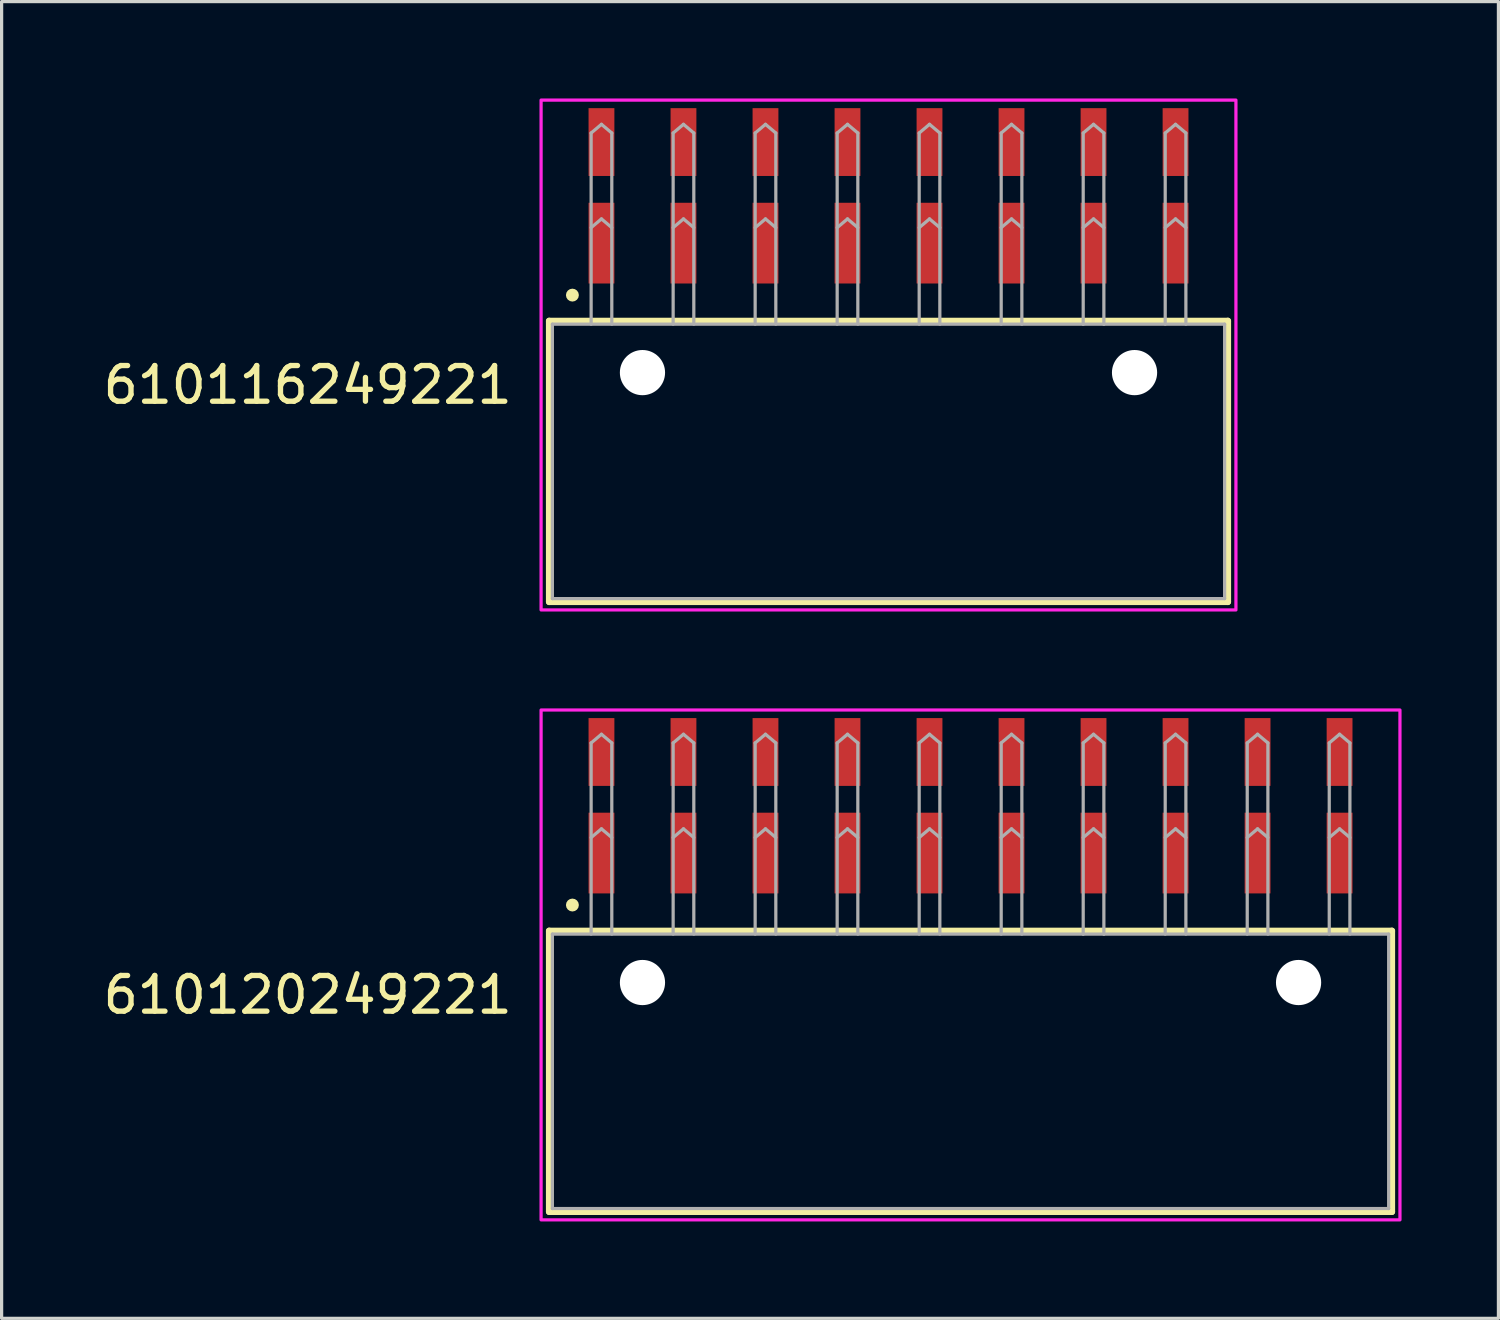
<source format=kicad_pcb>
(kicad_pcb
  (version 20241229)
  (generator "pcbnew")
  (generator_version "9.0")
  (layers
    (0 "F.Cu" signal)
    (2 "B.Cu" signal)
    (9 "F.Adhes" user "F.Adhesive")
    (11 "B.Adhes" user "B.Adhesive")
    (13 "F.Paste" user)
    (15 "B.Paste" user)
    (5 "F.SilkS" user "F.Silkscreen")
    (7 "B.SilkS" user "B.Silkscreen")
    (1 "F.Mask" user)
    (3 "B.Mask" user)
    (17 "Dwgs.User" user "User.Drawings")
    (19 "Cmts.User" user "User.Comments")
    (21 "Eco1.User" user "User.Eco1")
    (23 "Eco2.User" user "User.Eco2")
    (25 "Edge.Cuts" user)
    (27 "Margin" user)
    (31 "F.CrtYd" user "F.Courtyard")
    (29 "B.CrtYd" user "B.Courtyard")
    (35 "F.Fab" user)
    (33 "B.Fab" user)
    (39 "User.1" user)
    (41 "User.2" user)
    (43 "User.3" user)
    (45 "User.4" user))
  (footprint "610120249221"
    (layer "F.Cu")
    (at 27.008 30.13)
    (property "Reference" "610120249221" (at -14.106 -1.72 0) (unlocked yes) (layer "F.SilkS") (effects (font (size 1.105 1.105) (thickness 0.165)) (justify right bottom)))
    (fp_line (start -13.05 -4.35) (end 13.05 -4.35) (stroke (width 0.2) (type solid)) (layer "F.SilkS"))
    (fp_line (start -13.05 4.35) (end -13.05 -4.35) (stroke (width 0.2) (type solid)) (layer "F.SilkS"))
    (fp_line (start 13.05 -4.35) (end 13.05 4.35) (stroke (width 0.2) (type solid)) (layer "F.SilkS"))
    (fp_line (start 13.05 4.35) (end -13.05 4.35) (stroke (width 0.2) (type solid)) (layer "F.SilkS"))
    (fp_circle (center -12.33 -5.15) (end -12.23 -5.15) (stroke (width 0.2) (type solid)) (fill no) (layer "F.SilkS"))
    (fp_poly (pts (xy 13.3 4.6) (xy -13.3 4.6) (xy -13.3 -11.19) (xy 13.3 -11.19)) (stroke (width 0.1) (type default)) (fill no) (layer "F.CrtYd"))
    (fp_line (start -12.95 -4.25) (end -12.95 4.25) (stroke (width 0.1) (type solid)) (layer "F.Fab"))
    (fp_line (start -11.75 -10.17) (end -11.75 -4.25) (stroke (width 0.1) (type solid)) (layer "F.Fab"))
    (fp_line (start -11.75 -10.17) (end -11.43 -10.44) (stroke (width 0.1) (type solid)) (layer "F.Fab"))
    (fp_line (start -11.75 -7.24) (end -11.43 -7.51) (stroke (width 0.1) (type solid)) (layer "F.Fab"))
    (fp_line (start -11.43 -10.44) (end -11.11 -10.17) (stroke (width 0.1) (type solid)) (layer "F.Fab"))
    (fp_line (start -11.43 -7.51) (end -11.11 -7.24) (stroke (width 0.1) (type solid)) (layer "F.Fab"))
    (fp_line (start -11.11 -10.17) (end -11.11 -4.25) (stroke (width 0.1) (type solid)) (layer "F.Fab"))
    (fp_line (start -9.21 -10.17) (end -9.21 -4.25) (stroke (width 0.1) (type solid)) (layer "F.Fab"))
    (fp_line (start -9.21 -10.17) (end -8.89 -10.44) (stroke (width 0.1) (type solid)) (layer "F.Fab"))
    (fp_line (start -9.21 -7.24) (end -8.89 -7.51) (stroke (width 0.1) (type solid)) (layer "F.Fab"))
    (fp_line (start -8.89 -10.44) (end -8.57 -10.17) (stroke (width 0.1) (type solid)) (layer "F.Fab"))
    (fp_line (start -8.89 -7.51) (end -8.57 -7.24) (stroke (width 0.1) (type solid)) (layer "F.Fab"))
    (fp_line (start -8.57 -10.17) (end -8.57 -4.25) (stroke (width 0.1) (type solid)) (layer "F.Fab"))
    (fp_line (start -6.67 -10.17) (end -6.67 -4.25) (stroke (width 0.1) (type solid)) (layer "F.Fab"))
    (fp_line (start -6.67 -10.17) (end -6.35 -10.44) (stroke (width 0.1) (type solid)) (layer "F.Fab"))
    (fp_line (start -6.67 -7.24) (end -6.35 -7.51) (stroke (width 0.1) (type solid)) (layer "F.Fab"))
    (fp_line (start -6.35 -10.44) (end -6.03 -10.17) (stroke (width 0.1) (type solid)) (layer "F.Fab"))
    (fp_line (start -6.35 -7.51) (end -6.03 -7.24) (stroke (width 0.1) (type solid)) (layer "F.Fab"))
    (fp_line (start -6.03 -10.17) (end -6.03 -4.25) (stroke (width 0.1) (type solid)) (layer "F.Fab"))
    (fp_line (start -4.13 -10.17) (end -4.13 -4.25) (stroke (width 0.1) (type solid)) (layer "F.Fab"))
    (fp_line (start -4.13 -10.17) (end -3.81 -10.44) (stroke (width 0.1) (type solid)) (layer "F.Fab"))
    (fp_line (start -4.13 -7.24) (end -3.81 -7.51) (stroke (width 0.1) (type solid)) (layer "F.Fab"))
    (fp_line (start -3.81 -10.44) (end -3.49 -10.17) (stroke (width 0.1) (type solid)) (layer "F.Fab"))
    (fp_line (start -3.81 -7.51) (end -3.49 -7.24) (stroke (width 0.1) (type solid)) (layer "F.Fab"))
    (fp_line (start -3.49 -10.17) (end -3.49 -4.25) (stroke (width 0.1) (type solid)) (layer "F.Fab"))
    (fp_line (start -1.59 -10.17) (end -1.59 -4.25) (stroke (width 0.1) (type solid)) (layer "F.Fab"))
    (fp_line (start -1.59 -10.17) (end -1.27 -10.44) (stroke (width 0.1) (type solid)) (layer "F.Fab"))
    (fp_line (start -1.59 -7.24) (end -1.27 -7.51) (stroke (width 0.1) (type solid)) (layer "F.Fab"))
    (fp_line (start -1.27 -10.44) (end -0.95 -10.17) (stroke (width 0.1) (type solid)) (layer "F.Fab"))
    (fp_line (start -1.27 -7.51) (end -0.95 -7.24) (stroke (width 0.1) (type solid)) (layer "F.Fab"))
    (fp_line (start -0.95 -10.17) (end -0.95 -4.25) (stroke (width 0.1) (type solid)) (layer "F.Fab"))
    (fp_line (start 0.95 -10.17) (end 0.95 -4.25) (stroke (width 0.1) (type solid)) (layer "F.Fab"))
    (fp_line (start 0.95 -10.17) (end 1.27 -10.44) (stroke (width 0.1) (type solid)) (layer "F.Fab"))
    (fp_line (start 0.95 -7.24) (end 1.27 -7.51) (stroke (width 0.1) (type solid)) (layer "F.Fab"))
    (fp_line (start 1.27 -10.44) (end 1.59 -10.17) (stroke (width 0.1) (type solid)) (layer "F.Fab"))
    (fp_line (start 1.27 -7.51) (end 1.59 -7.24) (stroke (width 0.1) (type solid)) (layer "F.Fab"))
    (fp_line (start 1.59 -10.17) (end 1.59 -4.25) (stroke (width 0.1) (type solid)) (layer "F.Fab"))
    (fp_line (start 3.49 -10.17) (end 3.49 -4.25) (stroke (width 0.1) (type solid)) (layer "F.Fab"))
    (fp_line (start 3.49 -10.17) (end 3.81 -10.44) (stroke (width 0.1) (type solid)) (layer "F.Fab"))
    (fp_line (start 3.49 -7.24) (end 3.81 -7.51) (stroke (width 0.1) (type solid)) (layer "F.Fab"))
    (fp_line (start 3.49 -4.25) (end -12.95 -4.25) (stroke (width 0.1) (type solid)) (layer "F.Fab"))
    (fp_line (start 3.81 -10.44) (end 4.13 -10.17) (stroke (width 0.1) (type solid)) (layer "F.Fab"))
    (fp_line (start 3.81 -7.51) (end 4.13 -7.24) (stroke (width 0.1) (type solid)) (layer "F.Fab"))
    (fp_line (start 4.13 -10.17) (end 4.13 -4.25) (stroke (width 0.1) (type solid)) (layer "F.Fab"))
    (fp_line (start 4.13 -4.25) (end 3.49 -4.25) (stroke (width 0.1) (type solid)) (layer "F.Fab"))
    (fp_line (start 6.03 -10.17) (end 6.03 -4.25) (stroke (width 0.1) (type solid)) (layer "F.Fab"))
    (fp_line (start 6.03 -10.17) (end 6.35 -10.44) (stroke (width 0.1) (type solid)) (layer "F.Fab"))
    (fp_line (start 6.03 -7.24) (end 6.35 -7.51) (stroke (width 0.1) (type solid)) (layer "F.Fab"))
    (fp_line (start 6.35 -10.44) (end 6.67 -10.17) (stroke (width 0.1) (type solid)) (layer "F.Fab"))
    (fp_line (start 6.35 -7.51) (end 6.67 -7.24) (stroke (width 0.1) (type solid)) (layer "F.Fab"))
    (fp_line (start 6.67 -10.17) (end 6.67 -4.25) (stroke (width 0.1) (type solid)) (layer "F.Fab"))
    (fp_line (start 8.57 -10.17) (end 8.57 -4.25) (stroke (width 0.1) (type solid)) (layer "F.Fab"))
    (fp_line (start 8.57 -10.17) (end 8.89 -10.44) (stroke (width 0.1) (type solid)) (layer "F.Fab"))
    (fp_line (start 8.57 -7.24) (end 8.89 -7.51) (stroke (width 0.1) (type solid)) (layer "F.Fab"))
    (fp_line (start 8.89 -10.44) (end 9.21 -10.17) (stroke (width 0.1) (type solid)) (layer "F.Fab"))
    (fp_line (start 8.89 -7.51) (end 9.21 -7.24) (stroke (width 0.1) (type solid)) (layer "F.Fab"))
    (fp_line (start 9.21 -10.17) (end 9.21 -4.25) (stroke (width 0.1) (type solid)) (layer "F.Fab"))
    (fp_line (start 11.11 -10.17) (end 11.11 -4.25) (stroke (width 0.1) (type solid)) (layer "F.Fab"))
    (fp_line (start 11.11 -10.17) (end 11.43 -10.44) (stroke (width 0.1) (type solid)) (layer "F.Fab"))
    (fp_line (start 11.11 -7.24) (end 11.43 -7.51) (stroke (width 0.1) (type solid)) (layer "F.Fab"))
    (fp_line (start 11.43 -10.44) (end 11.75 -10.17) (stroke (width 0.1) (type solid)) (layer "F.Fab"))
    (fp_line (start 11.43 -7.51) (end 11.75 -7.24) (stroke (width 0.1) (type solid)) (layer "F.Fab"))
    (fp_line (start 11.75 -10.17) (end 11.75 -4.25) (stroke (width 0.1) (type solid)) (layer "F.Fab"))
    (fp_line (start 12.95 -4.25) (end 4.13 -4.25) (stroke (width 0.1) (type solid)) (layer "F.Fab"))
    (fp_line (start 12.95 -4.25) (end 12.95 4.25) (stroke (width 0.1) (type solid)) (layer "F.Fab"))
    (fp_line (start 12.95 4.25) (end -12.95 4.25) (stroke (width 0.1) (type solid)) (layer "F.Fab"))
    (pad "" np_thru_hole circle (at -10.16 -2.75) (size 1.4 1.4) (drill 1.4) (layers "*.Cu" "*.Mask"))
    (pad "" np_thru_hole circle (at 10.16 -2.75) (size 1.4 1.4) (drill 1.4) (layers "*.Cu" "*.Mask"))
    (pad "1" smd rect (at -11.43 -6.76 180) (size 0.8 2.5) (layers "F.Cu" "F.Mask" "F.Paste"))
    (pad "2" smd rect (at -11.43 -9.89 180) (size 0.8 2.1) (layers "F.Cu" "F.Mask" "F.Paste"))
    (pad "3" smd rect (at -8.89 -6.76 180) (size 0.8 2.5) (layers "F.Cu" "F.Mask" "F.Paste"))
    (pad "4" smd rect (at -8.89 -9.89 180) (size 0.8 2.1) (layers "F.Cu" "F.Mask" "F.Paste"))
    (pad "5" smd rect (at -6.35 -6.76 180) (size 0.8 2.5) (layers "F.Cu" "F.Mask" "F.Paste"))
    (pad "6" smd rect (at -6.35 -9.89 180) (size 0.8 2.1) (layers "F.Cu" "F.Mask" "F.Paste"))
    (pad "7" smd rect (at -3.81 -6.76 180) (size 0.8 2.5) (layers "F.Cu" "F.Mask" "F.Paste"))
    (pad "8" smd rect (at -3.81 -9.89 180) (size 0.8 2.1) (layers "F.Cu" "F.Mask" "F.Paste"))
    (pad "9" smd rect (at -1.27 -6.76 180) (size 0.8 2.5) (layers "F.Cu" "F.Mask" "F.Paste"))
    (pad "10" smd rect (at -1.27 -9.89 180) (size 0.8 2.1) (layers "F.Cu" "F.Mask" "F.Paste"))
    (pad "11" smd rect (at 1.27 -6.76 180) (size 0.8 2.5) (layers "F.Cu" "F.Mask" "F.Paste"))
    (pad "12" smd rect (at 1.27 -9.89 180) (size 0.8 2.1) (layers "F.Cu" "F.Mask" "F.Paste"))
    (pad "13" smd rect (at 3.81 -6.76 180) (size 0.8 2.5) (layers "F.Cu" "F.Mask" "F.Paste"))
    (pad "14" smd rect (at 3.81 -9.89 180) (size 0.8 2.1) (layers "F.Cu" "F.Mask" "F.Paste"))
    (pad "15" smd rect (at 6.35 -6.76 180) (size 0.8 2.5) (layers "F.Cu" "F.Mask" "F.Paste"))
    (pad "16" smd rect (at 6.35 -9.89 180) (size 0.8 2.1) (layers "F.Cu" "F.Mask" "F.Paste"))
    (pad "17" smd rect (at 8.89 -6.76 180) (size 0.8 2.5) (layers "F.Cu" "F.Mask" "F.Paste"))
    (pad "18" smd rect (at 8.89 -9.89 180) (size 0.8 2.1) (layers "F.Cu" "F.Mask" "F.Paste"))
    (pad "19" smd rect (at 11.43 -6.76 180) (size 0.8 2.5) (layers "F.Cu" "F.Mask" "F.Paste"))
    (pad "20" smd rect (at 11.43 -9.89 180) (size 0.8 2.1) (layers "F.Cu" "F.Mask" "F.Paste")))
  (footprint "610116249221"
    (layer "F.Cu")
    (at 24.468 11.24)
    (property "Reference" "610116249221" (at -11.566 -1.72 0) (unlocked yes) (layer "F.SilkS") (effects (font (size 1.105 1.105) (thickness 0.165)) (justify right bottom)))
    (fp_line (start -10.51 -4.35) (end 10.51 -4.35) (stroke (width 0.2) (type solid)) (layer "F.SilkS"))
    (fp_line (start -10.51 4.35) (end -10.51 -4.35) (stroke (width 0.2) (type solid)) (layer "F.SilkS"))
    (fp_line (start 10.51 -4.35) (end 10.51 4.35) (stroke (width 0.2) (type solid)) (layer "F.SilkS"))
    (fp_line (start 10.51 4.35) (end -10.51 4.35) (stroke (width 0.2) (type solid)) (layer "F.SilkS"))
    (fp_circle (center -9.79 -5.15) (end -9.69 -5.15) (stroke (width 0.2) (type solid)) (fill no) (layer "F.SilkS"))
    (fp_poly (pts (xy 10.76 4.6) (xy -10.76 4.6) (xy -10.76 -11.19) (xy 10.76 -11.19)) (stroke (width 0.1) (type default)) (fill no) (layer "F.CrtYd"))
    (fp_line (start -10.41 -4.25) (end -10.41 4.25) (stroke (width 0.1) (type solid)) (layer "F.Fab"))
    (fp_line (start -9.21 -10.17) (end -9.21 -4.25) (stroke (width 0.1) (type solid)) (layer "F.Fab"))
    (fp_line (start -9.21 -10.17) (end -8.89 -10.44) (stroke (width 0.1) (type solid)) (layer "F.Fab"))
    (fp_line (start -9.21 -7.24) (end -8.89 -7.51) (stroke (width 0.1) (type solid)) (layer "F.Fab"))
    (fp_line (start -8.89 -10.44) (end -8.57 -10.17) (stroke (width 0.1) (type solid)) (layer "F.Fab"))
    (fp_line (start -8.89 -7.51) (end -8.57 -7.24) (stroke (width 0.1) (type solid)) (layer "F.Fab"))
    (fp_line (start -8.57 -10.17) (end -8.57 -4.25) (stroke (width 0.1) (type solid)) (layer "F.Fab"))
    (fp_line (start -6.67 -10.17) (end -6.67 -4.25) (stroke (width 0.1) (type solid)) (layer "F.Fab"))
    (fp_line (start -6.67 -10.17) (end -6.35 -10.44) (stroke (width 0.1) (type solid)) (layer "F.Fab"))
    (fp_line (start -6.67 -7.24) (end -6.35 -7.51) (stroke (width 0.1) (type solid)) (layer "F.Fab"))
    (fp_line (start -6.35 -10.44) (end -6.03 -10.17) (stroke (width 0.1) (type solid)) (layer "F.Fab"))
    (fp_line (start -6.35 -7.51) (end -6.03 -7.24) (stroke (width 0.1) (type solid)) (layer "F.Fab"))
    (fp_line (start -6.03 -10.17) (end -6.03 -4.25) (stroke (width 0.1) (type solid)) (layer "F.Fab"))
    (fp_line (start -4.13 -10.17) (end -4.13 -4.25) (stroke (width 0.1) (type solid)) (layer "F.Fab"))
    (fp_line (start -4.13 -10.17) (end -3.81 -10.44) (stroke (width 0.1) (type solid)) (layer "F.Fab"))
    (fp_line (start -4.13 -7.24) (end -3.81 -7.51) (stroke (width 0.1) (type solid)) (layer "F.Fab"))
    (fp_line (start -3.81 -10.44) (end -3.49 -10.17) (stroke (width 0.1) (type solid)) (layer "F.Fab"))
    (fp_line (start -3.81 -7.51) (end -3.49 -7.24) (stroke (width 0.1) (type solid)) (layer "F.Fab"))
    (fp_line (start -3.49 -10.17) (end -3.49 -4.25) (stroke (width 0.1) (type solid)) (layer "F.Fab"))
    (fp_line (start -1.59 -10.17) (end -1.59 -4.25) (stroke (width 0.1) (type solid)) (layer "F.Fab"))
    (fp_line (start -1.59 -10.17) (end -1.27 -10.44) (stroke (width 0.1) (type solid)) (layer "F.Fab"))
    (fp_line (start -1.59 -7.24) (end -1.27 -7.51) (stroke (width 0.1) (type solid)) (layer "F.Fab"))
    (fp_line (start -1.27 -10.44) (end -0.95 -10.17) (stroke (width 0.1) (type solid)) (layer "F.Fab"))
    (fp_line (start -1.27 -7.51) (end -0.95 -7.24) (stroke (width 0.1) (type solid)) (layer "F.Fab"))
    (fp_line (start -0.95 -10.17) (end -0.95 -4.25) (stroke (width 0.1) (type solid)) (layer "F.Fab"))
    (fp_line (start 0.95 -10.17) (end 0.95 -4.25) (stroke (width 0.1) (type solid)) (layer "F.Fab"))
    (fp_line (start 0.95 -10.17) (end 1.27 -10.44) (stroke (width 0.1) (type solid)) (layer "F.Fab"))
    (fp_line (start 0.95 -7.24) (end 1.27 -7.51) (stroke (width 0.1) (type solid)) (layer "F.Fab"))
    (fp_line (start 1.27 -10.44) (end 1.59 -10.17) (stroke (width 0.1) (type solid)) (layer "F.Fab"))
    (fp_line (start 1.27 -7.51) (end 1.59 -7.24) (stroke (width 0.1) (type solid)) (layer "F.Fab"))
    (fp_line (start 1.59 -10.17) (end 1.59 -4.25) (stroke (width 0.1) (type solid)) (layer "F.Fab"))
    (fp_line (start 3.49 -10.17) (end 3.49 -4.25) (stroke (width 0.1) (type solid)) (layer "F.Fab"))
    (fp_line (start 3.49 -10.17) (end 3.81 -10.44) (stroke (width 0.1) (type solid)) (layer "F.Fab"))
    (fp_line (start 3.49 -7.24) (end 3.81 -7.51) (stroke (width 0.1) (type solid)) (layer "F.Fab"))
    (fp_line (start 3.81 -10.44) (end 4.13 -10.17) (stroke (width 0.1) (type solid)) (layer "F.Fab"))
    (fp_line (start 3.81 -7.51) (end 4.13 -7.24) (stroke (width 0.1) (type solid)) (layer "F.Fab"))
    (fp_line (start 4.13 -10.17) (end 4.13 -4.25) (stroke (width 0.1) (type solid)) (layer "F.Fab"))
    (fp_line (start 6.03 -10.17) (end 6.03 -4.25) (stroke (width 0.1) (type solid)) (layer "F.Fab"))
    (fp_line (start 6.03 -10.17) (end 6.35 -10.44) (stroke (width 0.1) (type solid)) (layer "F.Fab"))
    (fp_line (start 6.03 -7.24) (end 6.35 -7.51) (stroke (width 0.1) (type solid)) (layer "F.Fab"))
    (fp_line (start 6.03 -4.25) (end -10.41 -4.25) (stroke (width 0.1) (type solid)) (layer "F.Fab"))
    (fp_line (start 6.35 -10.44) (end 6.67 -10.17) (stroke (width 0.1) (type solid)) (layer "F.Fab"))
    (fp_line (start 6.35 -7.51) (end 6.67 -7.24) (stroke (width 0.1) (type solid)) (layer "F.Fab"))
    (fp_line (start 6.67 -10.17) (end 6.67 -4.25) (stroke (width 0.1) (type solid)) (layer "F.Fab"))
    (fp_line (start 6.67 -4.25) (end 6.03 -4.25) (stroke (width 0.1) (type solid)) (layer "F.Fab"))
    (fp_line (start 8.57 -10.17) (end 8.57 -4.25) (stroke (width 0.1) (type solid)) (layer "F.Fab"))
    (fp_line (start 8.57 -10.17) (end 8.89 -10.44) (stroke (width 0.1) (type solid)) (layer "F.Fab"))
    (fp_line (start 8.57 -7.24) (end 8.89 -7.51) (stroke (width 0.1) (type solid)) (layer "F.Fab"))
    (fp_line (start 8.89 -10.44) (end 9.21 -10.17) (stroke (width 0.1) (type solid)) (layer "F.Fab"))
    (fp_line (start 8.89 -7.51) (end 9.21 -7.24) (stroke (width 0.1) (type solid)) (layer "F.Fab"))
    (fp_line (start 9.21 -10.17) (end 9.21 -4.25) (stroke (width 0.1) (type solid)) (layer "F.Fab"))
    (fp_line (start 10.41 -4.25) (end 6.67 -4.25) (stroke (width 0.1) (type solid)) (layer "F.Fab"))
    (fp_line (start 10.41 -4.25) (end 10.41 4.25) (stroke (width 0.1) (type solid)) (layer "F.Fab"))
    (fp_line (start 10.41 4.25) (end -10.41 4.25) (stroke (width 0.1) (type solid)) (layer "F.Fab"))
    (pad "" np_thru_hole circle (at -7.62 -2.75) (size 1.4 1.4) (drill 1.4) (layers "*.Cu" "*.Mask"))
    (pad "" np_thru_hole circle (at 7.62 -2.75) (size 1.4 1.4) (drill 1.4) (layers "*.Cu" "*.Mask"))
    (pad "1" smd rect (at -8.89 -6.76 180) (size 0.8 2.5) (layers "F.Cu" "F.Mask" "F.Paste"))
    (pad "2" smd rect (at -8.89 -9.89 180) (size 0.8 2.1) (layers "F.Cu" "F.Mask" "F.Paste"))
    (pad "3" smd rect (at -6.35 -6.76 180) (size 0.8 2.5) (layers "F.Cu" "F.Mask" "F.Paste"))
    (pad "4" smd rect (at -6.35 -9.89 180) (size 0.8 2.1) (layers "F.Cu" "F.Mask" "F.Paste"))
    (pad "5" smd rect (at -3.81 -6.76 180) (size 0.8 2.5) (layers "F.Cu" "F.Mask" "F.Paste"))
    (pad "6" smd rect (at -3.81 -9.89 180) (size 0.8 2.1) (layers "F.Cu" "F.Mask" "F.Paste"))
    (pad "7" smd rect (at -1.27 -6.76 180) (size 0.8 2.5) (layers "F.Cu" "F.Mask" "F.Paste"))
    (pad "8" smd rect (at -1.27 -9.89 180) (size 0.8 2.1) (layers "F.Cu" "F.Mask" "F.Paste"))
    (pad "9" smd rect (at 1.27 -6.76 180) (size 0.8 2.5) (layers "F.Cu" "F.Mask" "F.Paste"))
    (pad "10" smd rect (at 1.27 -9.89 180) (size 0.8 2.1) (layers "F.Cu" "F.Mask" "F.Paste"))
    (pad "11" smd rect (at 3.81 -6.76 180) (size 0.8 2.5) (layers "F.Cu" "F.Mask" "F.Paste"))
    (pad "12" smd rect (at 3.81 -9.89 180) (size 0.8 2.1) (layers "F.Cu" "F.Mask" "F.Paste"))
    (pad "13" smd rect (at 6.35 -6.76 180) (size 0.8 2.5) (layers "F.Cu" "F.Mask" "F.Paste"))
    (pad "14" smd rect (at 6.35 -9.89 180) (size 0.8 2.1) (layers "F.Cu" "F.Mask" "F.Paste"))
    (pad "15" smd rect (at 8.89 -6.76 180) (size 0.8 2.5) (layers "F.Cu" "F.Mask" "F.Paste"))
    (pad "16" smd rect (at 8.89 -9.89 180) (size 0.8 2.1) (layers "F.Cu" "F.Mask" "F.Paste")))
  (gr_rect
    (start -3 -3)
    (end 43.358 37.78)
    (stroke (width 0.1) (type default))
    (fill no)
    (layer "Edge.Cuts")))
</source>
